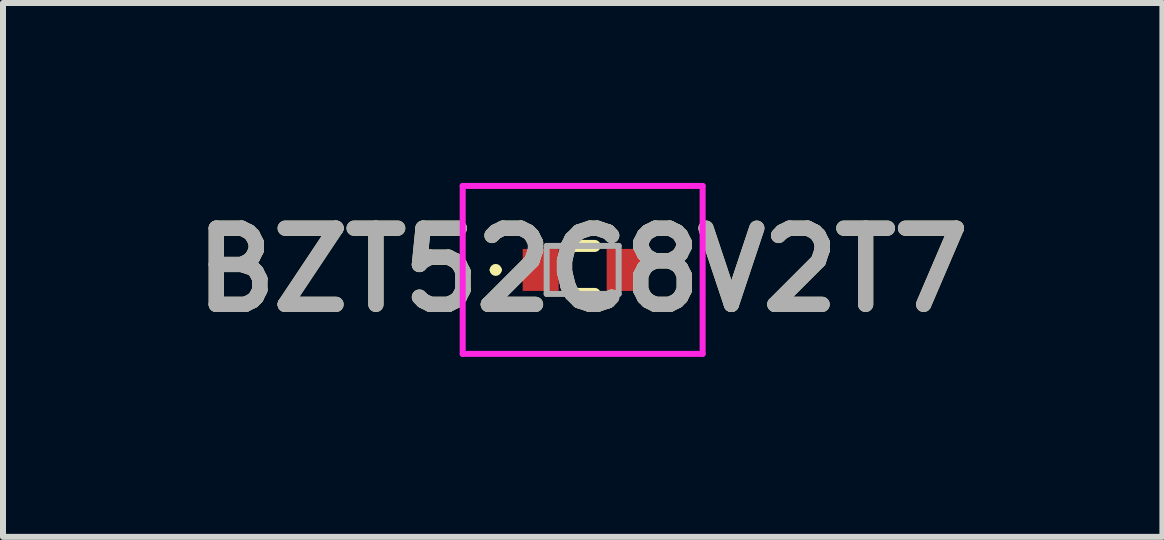
<source format=kicad_pcb>
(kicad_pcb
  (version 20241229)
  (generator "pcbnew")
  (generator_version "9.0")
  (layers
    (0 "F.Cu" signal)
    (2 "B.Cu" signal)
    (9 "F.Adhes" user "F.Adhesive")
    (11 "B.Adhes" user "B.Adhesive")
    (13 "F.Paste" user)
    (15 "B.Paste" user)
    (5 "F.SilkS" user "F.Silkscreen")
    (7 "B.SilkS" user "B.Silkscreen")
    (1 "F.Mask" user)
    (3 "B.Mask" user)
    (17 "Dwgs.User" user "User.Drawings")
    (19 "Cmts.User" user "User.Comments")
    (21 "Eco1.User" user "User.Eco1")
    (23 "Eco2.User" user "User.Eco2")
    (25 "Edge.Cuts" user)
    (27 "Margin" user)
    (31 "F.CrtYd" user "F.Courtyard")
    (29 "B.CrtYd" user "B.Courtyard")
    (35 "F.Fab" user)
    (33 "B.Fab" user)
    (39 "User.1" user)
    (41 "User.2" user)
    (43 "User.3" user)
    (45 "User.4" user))
  (footprint "BZT52C8V2T7"
    (layer "F.Cu")
    (at 6.664 1.45)
    (property "Reference" "BZT52C8V2T7" (at 0 0 0) (layer "F.SilkS") (effects (font (size 1.27 1.27) (thickness 0.254))))
    (attr smd)
    (fp_line (start -1.5 0) (end -1.5 0) (stroke (width 0.1) (type solid)) (layer "F.SilkS"))
    (fp_line (start -1.4 0) (end -1.4 0) (stroke (width 0.1) (type solid)) (layer "F.SilkS"))
    (fp_line (start -0.2 -0.4) (end 0.2 -0.4) (stroke (width 0.2) (type solid)) (layer "F.SilkS"))
    (fp_line (start -0.2 0.4) (end 0.2 0.4) (stroke (width 0.2) (type solid)) (layer "F.SilkS"))
    (fp_arc (start -1.5 0) (mid -1.45 -0.05) (end -1.4 0) (stroke (width 0.1) (type solid)) (layer "F.SilkS"))
    (fp_arc (start -1.4 0) (mid -1.45 0.05) (end -1.5 0) (stroke (width 0.1) (type solid)) (layer "F.SilkS"))
    (fp_line (start -2 -1.4) (end 2 -1.4) (stroke (width 0.1) (type solid)) (layer "F.CrtYd"))
    (fp_line (start -2 1.4) (end -2 -1.4) (stroke (width 0.1) (type solid)) (layer "F.CrtYd"))
    (fp_line (start 2 -1.4) (end 2 1.4) (stroke (width 0.1) (type solid)) (layer "F.CrtYd"))
    (fp_line (start 2 1.4) (end -2 1.4) (stroke (width 0.1) (type solid)) (layer "F.CrtYd"))
    (fp_line (start -0.6 -0.4) (end -0.6 0.4) (stroke (width 0.1) (type solid)) (layer "F.Fab"))
    (fp_line (start -0.6 0.4) (end 0.6 0.4) (stroke (width 0.1) (type solid)) (layer "F.Fab"))
    (fp_line (start 0.6 -0.4) (end -0.6 -0.4) (stroke (width 0.1) (type solid)) (layer "F.Fab"))
    (fp_line (start 0.6 0.4) (end 0.6 -0.4) (stroke (width 0.1) (type solid)) (layer "F.Fab"))
    (fp_text user "${REFERENCE}" (at 0 0 0) (layer "F.Fab") (effects (font (size 1.27 1.27) (thickness 0.254))))
    (pad "1" smd rect (at -0.7 0) (size 0.6 0.7) (layers "F.Cu" "F.Mask" "F.Paste"))
    (pad "2" smd rect (at 0.7 0) (size 0.6 0.7) (layers "F.Cu" "F.Mask" "F.Paste")))
  (gr_rect
    (start -3 -3)
    (end 16.329 5.9)
    (stroke (width 0.1) (type default))
    (fill no)
    (layer "Edge.Cuts")))
</source>
